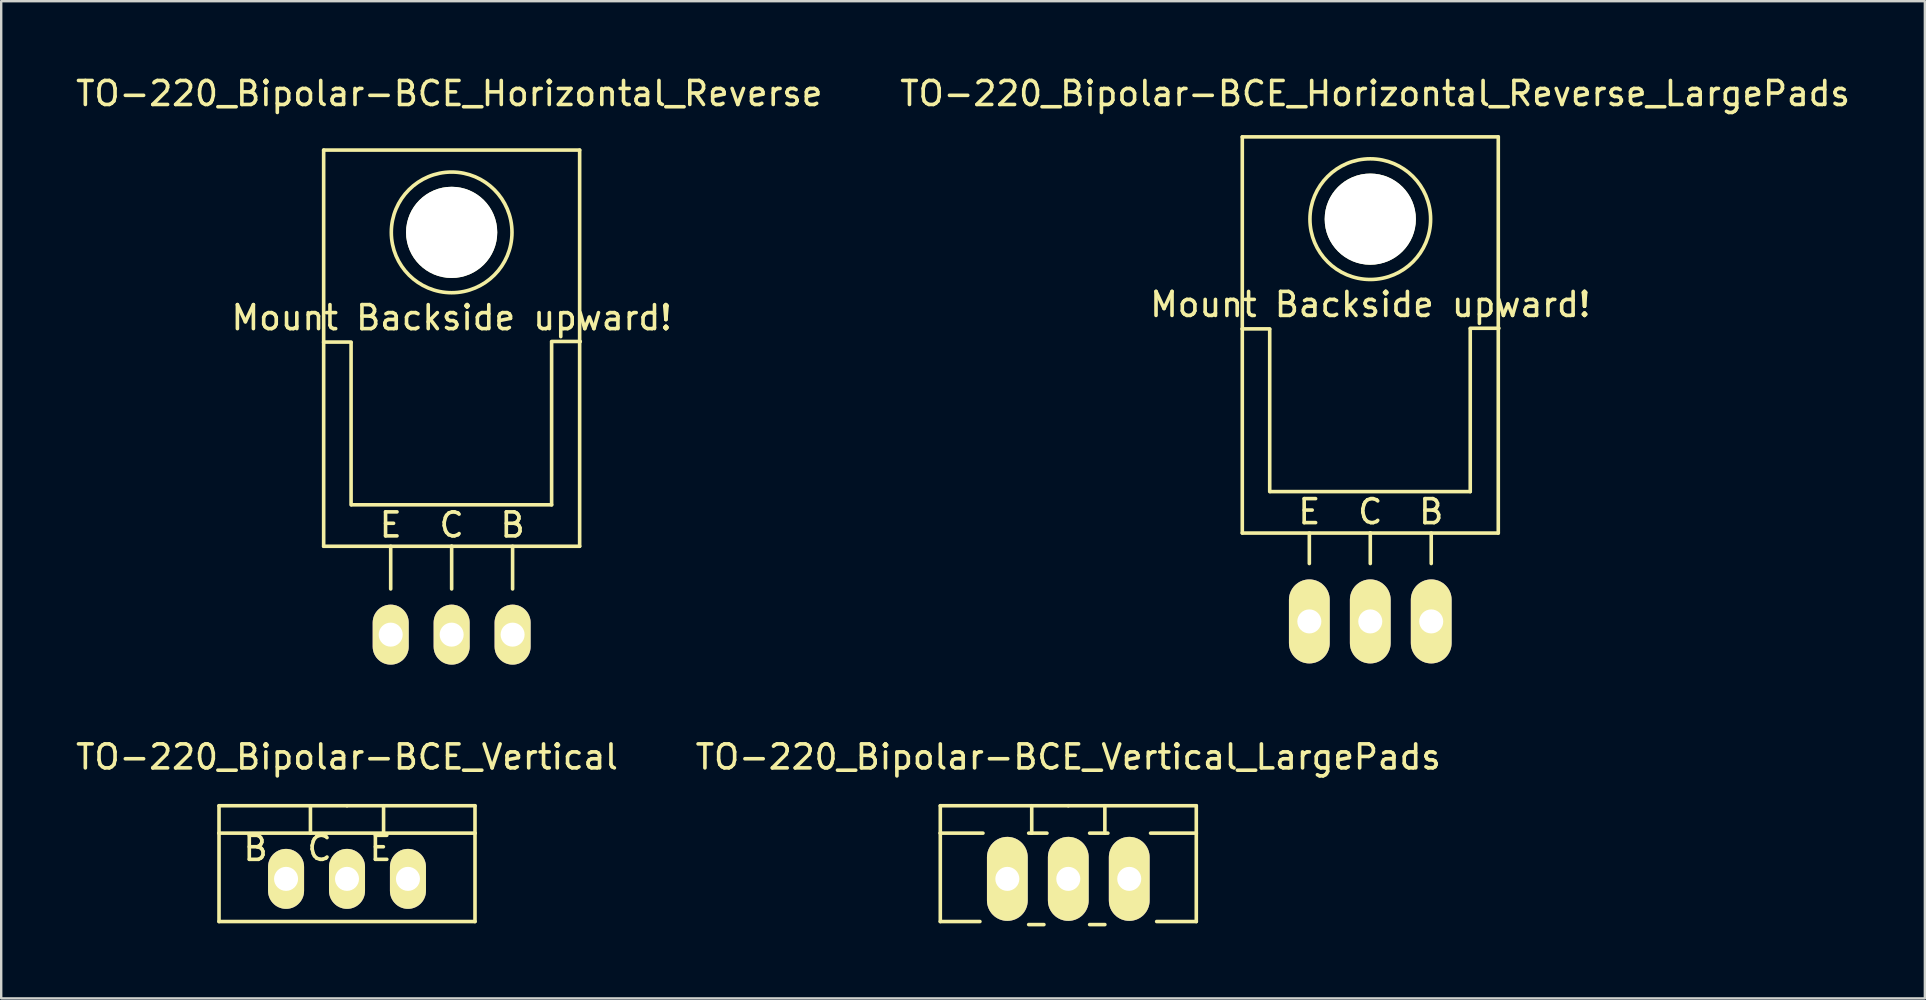
<source format=kicad_pcb>
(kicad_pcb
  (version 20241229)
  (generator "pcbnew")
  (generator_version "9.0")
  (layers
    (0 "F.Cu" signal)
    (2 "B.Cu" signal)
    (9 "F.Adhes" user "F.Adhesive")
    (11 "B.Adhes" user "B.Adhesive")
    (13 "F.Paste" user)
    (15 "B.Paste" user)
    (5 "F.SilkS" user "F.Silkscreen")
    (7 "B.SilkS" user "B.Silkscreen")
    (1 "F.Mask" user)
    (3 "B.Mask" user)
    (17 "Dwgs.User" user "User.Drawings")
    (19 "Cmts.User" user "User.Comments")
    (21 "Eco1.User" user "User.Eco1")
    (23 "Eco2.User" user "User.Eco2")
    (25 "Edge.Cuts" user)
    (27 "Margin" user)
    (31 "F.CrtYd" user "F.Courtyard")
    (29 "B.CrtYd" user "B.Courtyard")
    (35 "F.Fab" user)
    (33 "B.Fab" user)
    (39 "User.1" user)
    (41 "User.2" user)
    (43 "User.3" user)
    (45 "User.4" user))
  (footprint "TO-220_Bipolar-BCE_Vertical_LargePads"
    (layer "F.Cu")
    (at 41.47 33.576)
    (property "Reference" "TO-220_Bipolar-BCE_Vertical_LargePads" (at 0 -5.08 0) (layer "F.SilkS") (effects (font (size 1 1) (thickness 0.15))))
    (attr through_hole)
    (fp_line (start -5.334 -1.905) (end -5.334 -3.048) (stroke (width 0.15) (type solid)) (layer "F.SilkS"))
    (fp_line (start -5.334 -1.905) (end -3.556 -1.905) (stroke (width 0.15) (type solid)) (layer "F.SilkS"))
    (fp_line (start -5.334 1.778) (end -5.334 -1.905) (stroke (width 0.15) (type solid)) (layer "F.SilkS"))
    (fp_line (start -5.334 1.778) (end -3.683 1.778) (stroke (width 0.15) (type solid)) (layer "F.SilkS"))
    (fp_line (start -1.524 -3.048) (end -1.524 -1.905) (stroke (width 0.15) (type solid)) (layer "F.SilkS"))
    (fp_line (start -1.524 -1.905) (end -1.651 -1.905) (stroke (width 0.15) (type solid)) (layer "F.SilkS"))
    (fp_line (start -1.524 -1.905) (end -0.889 -1.905) (stroke (width 0.15) (type solid)) (layer "F.SilkS"))
    (fp_line (start -1.016 1.905) (end -1.651 1.905) (stroke (width 0.15) (type solid)) (layer "F.SilkS"))
    (fp_line (start 0 -3.048) (end -5.334 -3.048) (stroke (width 0.15) (type solid)) (layer "F.SilkS"))
    (fp_line (start 0 -3.048) (end 5.334 -3.048) (stroke (width 0.15) (type solid)) (layer "F.SilkS"))
    (fp_line (start 0.889 -1.905) (end 1.651 -1.905) (stroke (width 0.15) (type solid)) (layer "F.SilkS"))
    (fp_line (start 1.524 -3.048) (end 1.524 -1.905) (stroke (width 0.15) (type solid)) (layer "F.SilkS"))
    (fp_line (start 1.524 1.905) (end 0.889 1.905) (stroke (width 0.15) (type solid)) (layer "F.SilkS"))
    (fp_line (start 5.334 -3.048) (end 5.334 -1.905) (stroke (width 0.15) (type solid)) (layer "F.SilkS"))
    (fp_line (start 5.334 -1.905) (end 3.429 -1.905) (stroke (width 0.15) (type solid)) (layer "F.SilkS"))
    (fp_line (start 5.334 -1.905) (end 5.334 1.778) (stroke (width 0.15) (type solid)) (layer "F.SilkS"))
    (fp_line (start 5.334 1.778) (end 3.683 1.778) (stroke (width 0.15) (type solid)) (layer "F.SilkS"))
    (pad "B" thru_hole oval (at -2.54 0 90) (size 3.5 1.699) (drill 1.001) (layers "*.Cu" "*.Mask" "F.SilkS"))
    (pad "C" thru_hole oval (at 0 0 90) (size 3.5 1.699) (drill 1.001) (layers "*.Cu" "*.Mask" "F.SilkS"))
    (pad "E" thru_hole oval (at 2.54 0 90) (size 3.5 1.699) (drill 1.001) (layers "*.Cu" "*.Mask" "F.SilkS")))
  (footprint "TO-220_Bipolar-BCE_Horizontal_Reverse"
    (layer "F.Cu")
    (at 15.772 23.398)
    (property "Reference" "TO-220_Bipolar-BCE_Horizontal_Reverse" (at -0.099 -22.55 0) (layer "F.SilkS") (effects (font (size 1 1) (thickness 0.15))))
    (attr through_hole)
    (fp_line (start -5.334 -20.193) (end -5.334 -12.192) (stroke (width 0.15) (type solid)) (layer "F.SilkS"))
    (fp_line (start -5.334 -12.192) (end -5.334 -3.683) (stroke (width 0.15) (type solid)) (layer "F.SilkS"))
    (fp_line (start -4.191 -12.192) (end -5.334 -12.192) (stroke (width 0.15) (type solid)) (layer "F.SilkS"))
    (fp_line (start -4.191 -5.41) (end -4.191 -12.167) (stroke (width 0.15) (type solid)) (layer "F.SilkS"))
    (fp_line (start -2.54 -3.683) (end -2.54 -1.905) (stroke (width 0.15) (type solid)) (layer "F.SilkS"))
    (fp_line (start 0 -3.683) (end -5.334 -3.683) (stroke (width 0.15) (type solid)) (layer "F.SilkS"))
    (fp_line (start 0 -3.683) (end 0 -1.905) (stroke (width 0.15) (type solid)) (layer "F.SilkS"))
    (fp_line (start 0 -3.683) (end 5.334 -3.683) (stroke (width 0.15) (type solid)) (layer "F.SilkS"))
    (fp_line (start 2.54 -3.683) (end 2.54 -1.905) (stroke (width 0.15) (type solid)) (layer "F.SilkS"))
    (fp_line (start 4.166 -12.217) (end 5.359 -12.217) (stroke (width 0.15) (type solid)) (layer "F.SilkS"))
    (fp_line (start 4.166 -12.192) (end 4.166 -5.41) (stroke (width 0.15) (type solid)) (layer "F.SilkS"))
    (fp_line (start 4.166 -5.41) (end -4.166 -5.41) (stroke (width 0.15) (type solid)) (layer "F.SilkS"))
    (fp_line (start 5.334 -20.193) (end -5.334 -20.193) (stroke (width 0.15) (type solid)) (layer "F.SilkS"))
    (fp_line (start 5.334 -12.192) (end 5.334 -20.193) (stroke (width 0.15) (type solid)) (layer "F.SilkS"))
    (fp_line (start 5.334 -3.683) (end 5.334 -12.192) (stroke (width 0.15) (type solid)) (layer "F.SilkS"))
    (fp_circle (center 0 -16.764) (end 1.778 -14.986) (stroke (width 0.15) (type solid)) (fill no) (layer "F.SilkS"))
    (fp_text user "Mount Backside upward!" (at 0 -13.208 0) (layer "F.SilkS") (effects (font (size 1 1) (thickness 0.15))))
    (fp_text user "C" (at 0 -4.572 0) (layer "F.SilkS") (effects (font (size 1 1) (thickness 0.15))))
    (fp_text user "B" (at 2.54 -4.572 0) (layer "F.SilkS") (effects (font (size 1 1) (thickness 0.15))))
    (fp_text user "E" (at -2.54 -4.572 0) (layer "F.SilkS") (effects (font (size 1 1) (thickness 0.15))))
    (pad "" np_thru_hole circle (at 0 -16.764 90) (size 3.8 3.8) (drill 3.8) (layers "*.Cu" "*.Mask" "F.SilkS"))
    (pad "B" thru_hole oval (at 2.54 0 90) (size 2.499 1.501) (drill 1.001) (layers "*.Cu" "*.Mask" "F.SilkS"))
    (pad "C" thru_hole oval (at 0 0 90) (size 2.499 1.501) (drill 1.001) (layers "*.Cu" "*.Mask" "F.SilkS"))
    (pad "E" thru_hole oval (at -2.54 0 90) (size 2.499 1.501) (drill 1.001) (layers "*.Cu" "*.Mask" "F.SilkS")))
  (footprint "TO-220_Bipolar-BCE_Horizontal_Reverse_LargePads"
    (layer "F.Cu")
    (at 54.055 22.847)
    (property "Reference" "TO-220_Bipolar-BCE_Horizontal_Reverse_LargePads" (at 0.201 -21.999 0) (layer "F.SilkS") (effects (font (size 1 1) (thickness 0.15))))
    (attr through_hole)
    (fp_line (start -5.334 -20.193) (end -5.334 -12.192) (stroke (width 0.15) (type solid)) (layer "F.SilkS"))
    (fp_line (start -5.334 -12.192) (end -5.334 -3.683) (stroke (width 0.15) (type solid)) (layer "F.SilkS"))
    (fp_line (start -4.191 -12.192) (end -5.334 -12.192) (stroke (width 0.15) (type solid)) (layer "F.SilkS"))
    (fp_line (start -4.191 -5.41) (end -4.191 -12.167) (stroke (width 0.15) (type solid)) (layer "F.SilkS"))
    (fp_line (start -2.54 -3.683) (end -2.54 -2.413) (stroke (width 0.15) (type solid)) (layer "F.SilkS"))
    (fp_line (start 0 -3.683) (end -5.334 -3.683) (stroke (width 0.15) (type solid)) (layer "F.SilkS"))
    (fp_line (start 0 -3.683) (end 0 -2.413) (stroke (width 0.15) (type solid)) (layer "F.SilkS"))
    (fp_line (start 0 -3.683) (end 5.334 -3.683) (stroke (width 0.15) (type solid)) (layer "F.SilkS"))
    (fp_line (start 2.54 -3.683) (end 2.54 -2.413) (stroke (width 0.15) (type solid)) (layer "F.SilkS"))
    (fp_line (start 4.166 -12.217) (end 5.359 -12.217) (stroke (width 0.15) (type solid)) (layer "F.SilkS"))
    (fp_line (start 4.166 -12.192) (end 4.166 -5.41) (stroke (width 0.15) (type solid)) (layer "F.SilkS"))
    (fp_line (start 4.166 -5.41) (end -4.166 -5.41) (stroke (width 0.15) (type solid)) (layer "F.SilkS"))
    (fp_line (start 5.334 -20.193) (end -5.334 -20.193) (stroke (width 0.15) (type solid)) (layer "F.SilkS"))
    (fp_line (start 5.334 -12.192) (end 5.334 -20.193) (stroke (width 0.15) (type solid)) (layer "F.SilkS"))
    (fp_line (start 5.334 -3.683) (end 5.334 -12.192) (stroke (width 0.15) (type solid)) (layer "F.SilkS"))
    (fp_circle (center 0 -16.764) (end 1.778 -14.986) (stroke (width 0.15) (type solid)) (fill no) (layer "F.SilkS"))
    (fp_text user "B" (at 2.54 -4.572 0) (layer "F.SilkS") (effects (font (size 1 1) (thickness 0.15))))
    (fp_text user "E" (at -2.54 -4.572 0) (layer "F.SilkS") (effects (font (size 1 1) (thickness 0.15))))
    (fp_text user "C" (at 0 -4.572 0) (layer "F.SilkS") (effects (font (size 1 1) (thickness 0.15))))
    (fp_text user "Mount Backside upward!" (at 0 -13.208 0) (layer "F.SilkS") (effects (font (size 1 1) (thickness 0.15))))
    (pad "" np_thru_hole circle (at 0 -16.764 90) (size 3.8 3.8) (drill 3.8) (layers "*.Cu" "*.Mask" "F.SilkS"))
    (pad "B" thru_hole oval (at 2.54 0 90) (size 3.5 1.699) (drill 1.001) (layers "*.Cu" "*.Mask" "F.SilkS"))
    (pad "C" thru_hole oval (at 0 0 90) (size 3.5 1.699) (drill 1.001) (layers "*.Cu" "*.Mask" "F.SilkS"))
    (pad "E" thru_hole oval (at -2.54 0 90) (size 3.5 1.699) (drill 1.001) (layers "*.Cu" "*.Mask" "F.SilkS")))
  (footprint "TO-220_Bipolar-BCE_Vertical"
    (layer "F.Cu")
    (at 11.411 33.576)
    (property "Reference" "TO-220_Bipolar-BCE_Vertical" (at 0 -5.08 0) (layer "F.SilkS") (effects (font (size 1 1) (thickness 0.15))))
    (attr through_hole)
    (fp_line (start -5.334 -1.905) (end -5.334 -3.048) (stroke (width 0.15) (type solid)) (layer "F.SilkS"))
    (fp_line (start -5.334 1.778) (end -5.334 -1.905) (stroke (width 0.15) (type solid)) (layer "F.SilkS"))
    (fp_line (start -1.524 -3.048) (end -1.524 -1.905) (stroke (width 0.15) (type solid)) (layer "F.SilkS"))
    (fp_line (start 0 -3.048) (end -5.334 -3.048) (stroke (width 0.15) (type solid)) (layer "F.SilkS"))
    (fp_line (start 0 -3.048) (end 5.334 -3.048) (stroke (width 0.15) (type solid)) (layer "F.SilkS"))
    (fp_line (start 1.524 -3.048) (end 1.524 -1.905) (stroke (width 0.15) (type solid)) (layer "F.SilkS"))
    (fp_line (start 5.334 -3.048) (end 5.334 -1.905) (stroke (width 0.15) (type solid)) (layer "F.SilkS"))
    (fp_line (start 5.334 -1.905) (end -5.334 -1.905) (stroke (width 0.15) (type solid)) (layer "F.SilkS"))
    (fp_line (start 5.334 -1.905) (end 5.334 1.778) (stroke (width 0.15) (type solid)) (layer "F.SilkS"))
    (fp_line (start 5.334 1.778) (end -5.334 1.778) (stroke (width 0.15) (type solid)) (layer "F.SilkS"))
    (fp_text user "C" (at -1.143 -1.27 0) (layer "F.SilkS") (effects (font (size 1 1) (thickness 0.15))))
    (fp_text user "E" (at 1.397 -1.27 0) (layer "F.SilkS") (effects (font (size 1 1) (thickness 0.15))))
    (fp_text user "B" (at -3.81 -1.27 0) (layer "F.SilkS") (effects (font (size 1 1) (thickness 0.15))))
    (pad "B" thru_hole oval (at -2.54 0 90) (size 2.499 1.501) (drill 1.001) (layers "*.Cu" "*.Mask" "F.SilkS"))
    (pad "C" thru_hole oval (at 0 0 90) (size 2.499 1.501) (drill 1.001) (layers "*.Cu" "*.Mask" "F.SilkS"))
    (pad "E" thru_hole oval (at 2.54 0 90) (size 2.499 1.501) (drill 1.001) (layers "*.Cu" "*.Mask" "F.SilkS")))
  (gr_rect
    (start -3 -3)
    (end 77.167 38.556)
    (stroke (width 0.1) (type default))
    (fill no)
    (layer "Edge.Cuts")))
</source>
